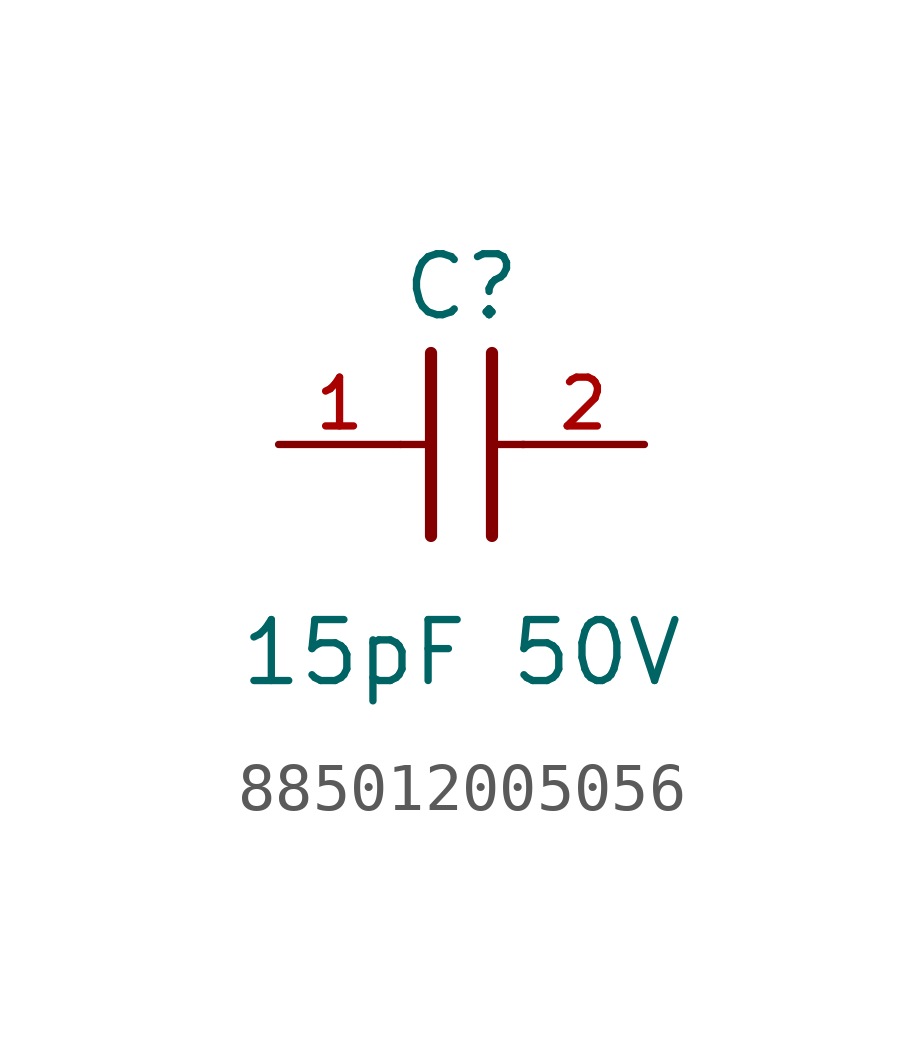
<source format=kicad_sym>
(kicad_symbol_lib
  (version 20231120)
  (generator "kicad_symbol_editor")
  (generator_version "8.0")
  (symbol "885012005056"
    (pin_names
      (offset 1.016))
    (property "Reference" "C"
      (at 1.27 2.54 0)
      (effects (font (size 1.27 1.27)) (justify bottom)))
    (property "Value" "15pF 50V"
      (at 1.27 -5.08 0)
      (effects (font (size 1.27 1.27)) (justify bottom)))
    (symbol "885012005056_0_0"
      (polyline (pts (xy 0 0) (xy 0.643 0)) (stroke (width 0.152) (type default)) (fill (type none)))
      (polyline (pts (xy 0.635 -1.905) (xy 0.635 1.905)) (stroke (width 0.254) (type default)) (fill (type none)))
      (polyline (pts (xy 1.905 1.905) (xy 1.905 -1.905)) (stroke (width 0.254) (type default)) (fill (type none)))
      (polyline (pts (xy 1.928 0) (xy 2.571 0)) (stroke (width 0.152) (type default)) (fill (type none)))
      (pin passive line (at -2.54 0 0) (length 2.54) (name "~" (effects (font (size 1.016 1.016)))) (number "1" (effects (font (size 1.016 1.016)))))
      (pin passive line (at 5.08 0 180) (length 2.54) (name "~" (effects (font (size 1.016 1.016)))) (number "2" (effects (font (size 1.016 1.016))))))))
</source>
